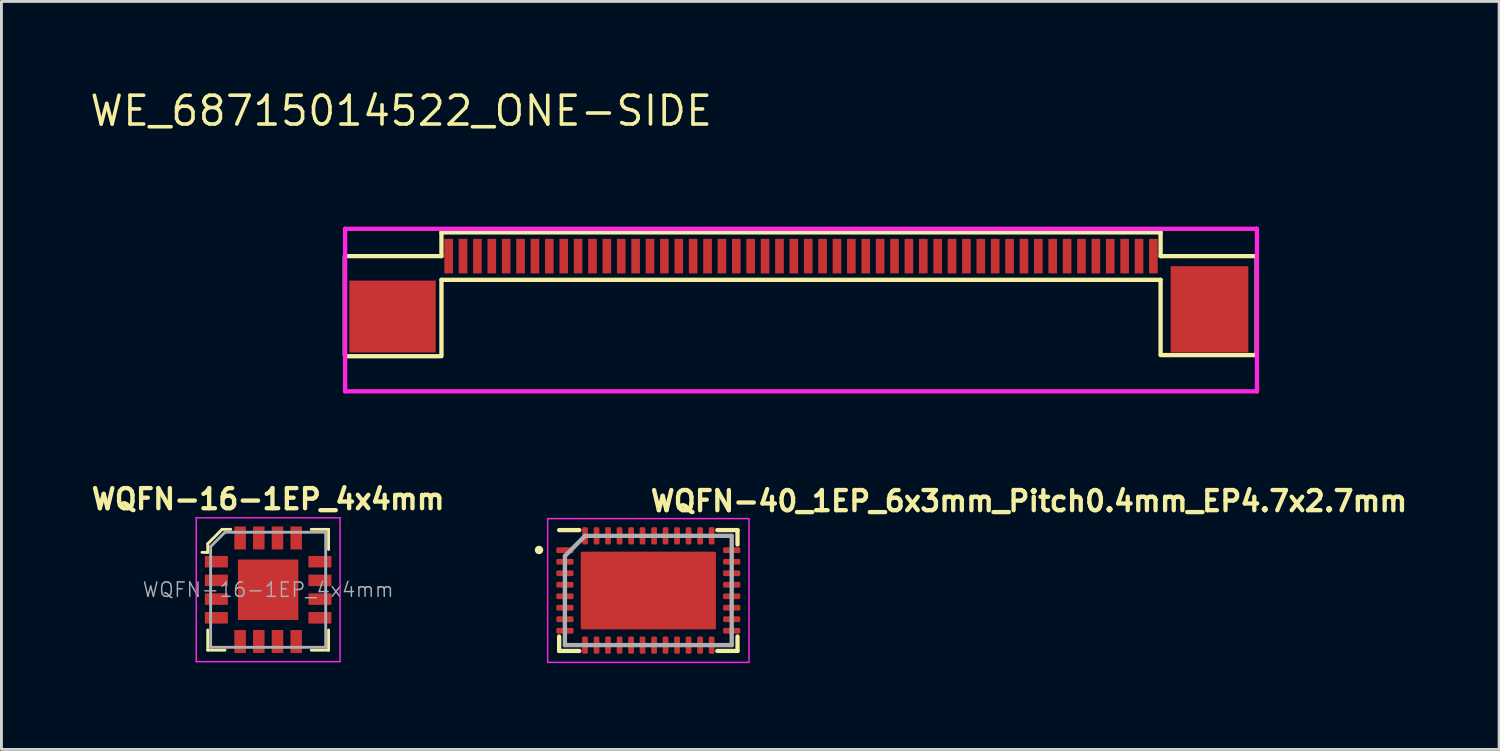
<source format=kicad_pcb>
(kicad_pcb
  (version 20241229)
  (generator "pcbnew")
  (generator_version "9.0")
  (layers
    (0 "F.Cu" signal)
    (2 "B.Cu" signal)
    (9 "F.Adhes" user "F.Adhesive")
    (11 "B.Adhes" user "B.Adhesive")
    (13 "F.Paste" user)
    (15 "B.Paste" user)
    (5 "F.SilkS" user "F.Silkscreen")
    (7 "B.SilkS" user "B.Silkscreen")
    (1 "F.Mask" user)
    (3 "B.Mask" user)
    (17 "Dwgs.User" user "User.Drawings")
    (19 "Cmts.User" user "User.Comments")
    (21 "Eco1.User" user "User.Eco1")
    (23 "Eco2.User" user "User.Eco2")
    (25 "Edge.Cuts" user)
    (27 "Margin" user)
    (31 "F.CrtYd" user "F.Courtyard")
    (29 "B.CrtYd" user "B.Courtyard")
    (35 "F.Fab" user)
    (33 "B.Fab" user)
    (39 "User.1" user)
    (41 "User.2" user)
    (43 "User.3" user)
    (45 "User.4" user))
  (footprint "WQFN-40_1EP_6x3mm_Pitch0.4mm_EP4.7x2.7mm"
    (layer "F.Cu")
    (at 19.489 17.479)
    (property "Reference" "WQFN-40_1EP_6x3mm_Pitch0.4mm_EP4.7x2.7mm" (at 0 -2.7 0) (unlocked yes) (layer "F.SilkS") (effects (font (size 0.7 0.7) (thickness 0.15)) (justify left bottom)))
    (attr smd)
    (fp_line (start -3.101 2.1) (end -3.101 1.6) (stroke (width 0.15) (type solid)) (layer "F.SilkS"))
    (fp_line (start -2.4 -2.101) (end -3.101 -2.101) (stroke (width 0.15) (type solid)) (layer "F.SilkS"))
    (fp_line (start -2.4 2.1) (end -3.101 2.1) (stroke (width 0.15) (type solid)) (layer "F.SilkS"))
    (fp_line (start 3.1 -2.101) (end 2.398 -2.101) (stroke (width 0.15) (type solid)) (layer "F.SilkS"))
    (fp_line (start 3.1 -2.101) (end 3.1 -1.601) (stroke (width 0.15) (type solid)) (layer "F.SilkS"))
    (fp_line (start 3.1 1.6) (end 3.1 2.1) (stroke (width 0.15) (type solid)) (layer "F.SilkS"))
    (fp_line (start 3.1 2.1) (end 2.398 2.1) (stroke (width 0.15) (type solid)) (layer "F.SilkS"))
    (fp_circle (center -3.8 -1.41) (end -3.75 -1.36) (stroke (width 0.15) (type solid)) (fill yes) (layer "F.SilkS"))
    (fp_rect (start -3.5 -2.5) (end 3.499 2.499) (stroke (width 0.05) (type solid)) (fill no) (layer "F.CrtYd"))
    (fp_line (start -2.9 -1.2) (end -2.2 -1.9) (stroke (width 0.15) (type solid)) (layer "F.Fab"))
    (fp_line (start -2.9 1.898) (end -2.9 -1.2) (stroke (width 0.15) (type solid)) (layer "F.Fab"))
    (fp_line (start -2.2 -1.9) (end 2.898 -1.901) (stroke (width 0.15) (type solid)) (layer "F.Fab"))
    (fp_line (start 2.898 -1.901) (end 2.898 1.898) (stroke (width 0.15) (type solid)) (layer "F.Fab"))
    (fp_line (start 2.898 1.898) (end -2.9 1.898) (stroke (width 0.15) (type solid)) (layer "F.Fab"))
    (fp_rect (start -3 -2) (end 2.999 1.999) (stroke (width 0.1) (type solid)) (fill no) (layer "User.5"))
    (fp_line (start -3 -2) (end -3 1.999) (stroke (width 0.02) (type solid)) (layer "User.9"))
    (fp_line (start -3 1.999) (end 2.999 1.999) (stroke (width 0.02) (type solid)) (layer "User.9"))
    (fp_line (start 2.999 -2) (end -3 -2) (stroke (width 0.02) (type solid)) (layer "User.9"))
    (fp_line (start 2.999 1.999) (end 2.999 -2) (stroke (width 0.02) (type solid)) (layer "User.9"))
    (pad "1" smd roundrect (at -2.9 -1.401 90) (size 0.2 0.6) (layers "F.Cu" "F.Mask" "F.Paste") (roundrect_rratio 0.25))
    (pad "2" smd roundrect (at -2.9 -1 90) (size 0.2 0.6) (layers "F.Cu" "F.Mask" "F.Paste") (roundrect_rratio 0.25))
    (pad "3" smd roundrect (at -2.9 -0.6 90) (size 0.2 0.6) (layers "F.Cu" "F.Mask" "F.Paste") (roundrect_rratio 0.25))
    (pad "4" smd roundrect (at -2.9 -0.202 90) (size 0.2 0.6) (layers "F.Cu" "F.Mask" "F.Paste") (roundrect_rratio 0.25))
    (pad "5" smd roundrect (at -2.9 0.2 90) (size 0.2 0.6) (layers "F.Cu" "F.Mask" "F.Paste") (roundrect_rratio 0.25))
    (pad "6" smd roundrect (at -2.9 0.598 90) (size 0.2 0.6) (layers "F.Cu" "F.Mask" "F.Paste") (roundrect_rratio 0.25))
    (pad "7" smd roundrect (at -2.9 0.998 90) (size 0.2 0.6) (layers "F.Cu" "F.Mask" "F.Paste") (roundrect_rratio 0.25))
    (pad "8" smd roundrect (at -2.9 1.398 90) (size 0.2 0.6) (layers "F.Cu" "F.Mask" "F.Paste") (roundrect_rratio 0.25))
    (pad "9" smd roundrect (at -2.202 1.898 180) (size 0.2 0.6) (layers "F.Cu" "F.Mask" "F.Paste") (roundrect_rratio 0.25))
    (pad "10" smd roundrect (at -1.801 1.898 180) (size 0.2 0.6) (layers "F.Cu" "F.Mask" "F.Paste") (roundrect_rratio 0.25))
    (pad "11" smd roundrect (at -1.401 1.898 180) (size 0.2 0.6) (layers "F.Cu" "F.Mask" "F.Paste") (roundrect_rratio 0.25))
    (pad "12" smd roundrect (at -1 1.898 180) (size 0.2 0.6) (layers "F.Cu" "F.Mask" "F.Paste") (roundrect_rratio 0.25))
    (pad "13" smd roundrect (at -0.6 1.898 180) (size 0.2 0.6) (layers "F.Cu" "F.Mask" "F.Paste") (roundrect_rratio 0.25))
    (pad "14" smd roundrect (at -0.202 1.898 180) (size 0.2 0.6) (layers "F.Cu" "F.Mask" "F.Paste") (roundrect_rratio 0.25))
    (pad "15" smd roundrect (at 0.2 1.898 180) (size 0.2 0.6) (layers "F.Cu" "F.Mask" "F.Paste") (roundrect_rratio 0.25))
    (pad "16" smd roundrect (at 0.598 1.898 180) (size 0.2 0.6) (layers "F.Cu" "F.Mask" "F.Paste") (roundrect_rratio 0.25))
    (pad "17" smd roundrect (at 0.998 1.898 180) (size 0.2 0.6) (layers "F.Cu" "F.Mask" "F.Paste") (roundrect_rratio 0.25))
    (pad "18" smd roundrect (at 1.398 1.898 180) (size 0.2 0.6) (layers "F.Cu" "F.Mask" "F.Paste") (roundrect_rratio 0.25))
    (pad "19" smd roundrect (at 1.8 1.898 180) (size 0.2 0.6) (layers "F.Cu" "F.Mask" "F.Paste") (roundrect_rratio 0.25))
    (pad "20" smd roundrect (at 2.2 1.898 180) (size 0.2 0.6) (layers "F.Cu" "F.Mask" "F.Paste") (roundrect_rratio 0.25))
    (pad "21" smd roundrect (at 2.898 1.398 270) (size 0.2 0.6) (layers "F.Cu" "F.Mask" "F.Paste") (roundrect_rratio 0.25))
    (pad "22" smd roundrect (at 2.898 0.998 270) (size 0.2 0.6) (layers "F.Cu" "F.Mask" "F.Paste") (roundrect_rratio 0.25))
    (pad "23" smd roundrect (at 2.898 0.598 270) (size 0.2 0.6) (layers "F.Cu" "F.Mask" "F.Paste") (roundrect_rratio 0.25))
    (pad "24" smd roundrect (at 2.898 0.2 270) (size 0.2 0.6) (layers "F.Cu" "F.Mask" "F.Paste") (roundrect_rratio 0.25))
    (pad "25" smd roundrect (at 2.898 -0.202 270) (size 0.2 0.6) (layers "F.Cu" "F.Mask" "F.Paste") (roundrect_rratio 0.25))
    (pad "26" smd roundrect (at 2.898 -0.6 270) (size 0.2 0.6) (layers "F.Cu" "F.Mask" "F.Paste") (roundrect_rratio 0.25))
    (pad "27" smd roundrect (at 2.898 -1 270) (size 0.2 0.6) (layers "F.Cu" "F.Mask" "F.Paste") (roundrect_rratio 0.25))
    (pad "28" smd roundrect (at 2.898 -1.401 270) (size 0.2 0.6) (layers "F.Cu" "F.Mask" "F.Paste") (roundrect_rratio 0.25))
    (pad "29" smd roundrect (at 2.2 -1.901) (size 0.2 0.6) (layers "F.Cu" "F.Mask" "F.Paste") (roundrect_rratio 0.25))
    (pad "30" smd roundrect (at 1.8 -1.901) (size 0.2 0.6) (layers "F.Cu" "F.Mask" "F.Paste") (roundrect_rratio 0.25))
    (pad "31" smd roundrect (at 1.398 -1.901) (size 0.2 0.6) (layers "F.Cu" "F.Mask" "F.Paste") (roundrect_rratio 0.25))
    (pad "32" smd roundrect (at 0.998 -1.901) (size 0.2 0.6) (layers "F.Cu" "F.Mask" "F.Paste") (roundrect_rratio 0.25))
    (pad "33" smd roundrect (at 0.598 -1.901) (size 0.2 0.6) (layers "F.Cu" "F.Mask" "F.Paste") (roundrect_rratio 0.25))
    (pad "34" smd roundrect (at 0.2 -1.901) (size 0.2 0.6) (layers "F.Cu" "F.Mask" "F.Paste") (roundrect_rratio 0.25))
    (pad "35" smd roundrect (at -0.202 -1.901) (size 0.2 0.6) (layers "F.Cu" "F.Mask" "F.Paste") (roundrect_rratio 0.25))
    (pad "36" smd roundrect (at -0.6 -1.901) (size 0.2 0.6) (layers "F.Cu" "F.Mask" "F.Paste") (roundrect_rratio 0.25))
    (pad "37" smd roundrect (at -1 -1.901) (size 0.2 0.6) (layers "F.Cu" "F.Mask" "F.Paste") (roundrect_rratio 0.25))
    (pad "38" smd roundrect (at -1.401 -1.901) (size 0.2 0.6) (layers "F.Cu" "F.Mask" "F.Paste") (roundrect_rratio 0.25))
    (pad "39" smd roundrect (at -1.801 -1.901) (size 0.2 0.6) (layers "F.Cu" "F.Mask" "F.Paste") (roundrect_rratio 0.25))
    (pad "40" smd roundrect (at -2.202 -1.901) (size 0.2 0.6) (layers "F.Cu" "F.Mask" "F.Paste") (roundrect_rratio 0.25))
    (pad "41" smd roundrect (at -1.5 -0.652 180) (size 1 0.8) (layers "F.Cu" "F.Mask" "F.Paste") (roundrect_rratio 0.05))
    (pad "41" smd roundrect (at -1.5 0.748 180) (size 1 0.8) (layers "F.Cu" "F.Mask" "F.Paste") (roundrect_rratio 0.05))
    (pad "41" smd roundrect (at 0 0 180) (size 4.7 2.7) (layers "F.Cu" "F.Mask") (roundrect_rratio 0.019))
    (pad "41" smd roundrect (at 0.05 -0.652 180) (size 1 0.8) (layers "F.Cu" "F.Mask" "F.Paste") (roundrect_rratio 0.05))
    (pad "41" smd roundrect (at 0.05 0.748 180) (size 1 0.8) (layers "F.Cu" "F.Mask" "F.Paste") (roundrect_rratio 0.05))
    (pad "41" smd roundrect (at 1.499 -0.652 180) (size 1 0.8) (layers "F.Cu" "F.Mask" "F.Paste") (roundrect_rratio 0.05))
    (pad "41" smd roundrect (at 1.499 0.748 180) (size 1 0.8) (layers "F.Cu" "F.Mask" "F.Paste") (roundrect_rratio 0.05)))
  (footprint "WQFN-16-1EP_4x4mm"
    (layer "F.Cu")
    (at 6.272 17.452)
    (property "Reference" "WQFN-16-1EP_4x4mm" (at 0 -3.15 0) (layer "F.SilkS") (effects (font (size 0.7 0.7) (thickness 0.15))))
    (attr smd)
    (fp_line (start -2.1 -1.6) (end -2.1 -1.3) (stroke (width 0.1) (type solid)) (layer "F.SilkS"))
    (fp_line (start -2.1 -1.3) (end -2.3 -1.3) (stroke (width 0.1) (type solid)) (layer "F.SilkS"))
    (fp_line (start -2.1 1.4) (end -2.1 2.1) (stroke (width 0.1) (type solid)) (layer "F.SilkS"))
    (fp_line (start -2.1 2.1) (end -1.5 2.1) (stroke (width 0.1) (type solid)) (layer "F.SilkS"))
    (fp_line (start -1.6 -2.1) (end -2.1 -1.6) (stroke (width 0.1) (type solid)) (layer "F.SilkS"))
    (fp_line (start -1.3 -2.1) (end -1.6 -2.1) (stroke (width 0.1) (type solid)) (layer "F.SilkS"))
    (fp_line (start 1.5 -2.1) (end 2.1 -2.1) (stroke (width 0.1) (type solid)) (layer "F.SilkS"))
    (fp_line (start 1.5 2.1) (end 2.1 2.1) (stroke (width 0.1) (type solid)) (layer "F.SilkS"))
    (fp_line (start 2.1 -2.1) (end 2.1 -1.4) (stroke (width 0.1) (type solid)) (layer "F.SilkS"))
    (fp_line (start 2.1 2.1) (end 2.1 1.4) (stroke (width 0.1) (type solid)) (layer "F.SilkS"))
    (fp_line (start -2.5 -2.5) (end 2.5 -2.5) (stroke (width 0.05) (type solid)) (layer "F.CrtYd"))
    (fp_line (start -2.5 2.5) (end -2.5 -2.5) (stroke (width 0.05) (type solid)) (layer "F.CrtYd"))
    (fp_line (start 2.5 -2.5) (end 2.5 2.5) (stroke (width 0.05) (type solid)) (layer "F.CrtYd"))
    (fp_line (start 2.5 2.5) (end -2.5 2.5) (stroke (width 0.05) (type solid)) (layer "F.CrtYd"))
    (fp_line (start -2 -1.5) (end -2 2) (stroke (width 0.1) (type solid)) (layer "F.Fab"))
    (fp_line (start -2 2) (end 2 2) (stroke (width 0.1) (type solid)) (layer "F.Fab"))
    (fp_line (start -1.5 -2) (end -2 -1.5) (stroke (width 0.1) (type solid)) (layer "F.Fab"))
    (fp_line (start 2 -2) (end -1.5 -2) (stroke (width 0.1) (type solid)) (layer "F.Fab"))
    (fp_line (start 2 -2) (end 2 2) (stroke (width 0.1) (type solid)) (layer "F.Fab"))
    (fp_text user "${REFERENCE}" (at 0 0 0) (layer "F.Fab") (effects (font (size 0.5 0.5) (thickness 0.05))))
    (pad "1" smd rect (at -1.8 -0.975) (size 0.8 0.4) (layers "F.Cu" "F.Mask" "F.Paste"))
    (pad "2" smd rect (at -1.8 -0.325) (size 0.8 0.4) (layers "F.Cu" "F.Mask" "F.Paste"))
    (pad "3" smd rect (at -1.8 0.325) (size 0.8 0.4) (layers "F.Cu" "F.Mask" "F.Paste"))
    (pad "4" smd rect (at -1.8 0.975) (size 0.8 0.4) (layers "F.Cu" "F.Mask" "F.Paste"))
    (pad "5" smd rect (at -0.975 1.8) (size 0.4 0.8) (layers "F.Cu" "F.Mask" "F.Paste"))
    (pad "6" smd rect (at -0.325 1.8) (size 0.4 0.8) (layers "F.Cu" "F.Mask" "F.Paste"))
    (pad "7" smd rect (at 0.325 1.8) (size 0.4 0.8) (layers "F.Cu" "F.Mask" "F.Paste"))
    (pad "8" smd rect (at 0.975 1.8) (size 0.4 0.8) (layers "F.Cu" "F.Mask" "F.Paste"))
    (pad "9" smd rect (at 1.8 0.975) (size 0.8 0.4) (layers "F.Cu" "F.Mask" "F.Paste"))
    (pad "10" smd rect (at 1.8 0.325) (size 0.8 0.4) (layers "F.Cu" "F.Mask" "F.Paste"))
    (pad "11" smd rect (at 1.8 -0.325) (size 0.8 0.4) (layers "F.Cu" "F.Mask" "F.Paste"))
    (pad "12" smd rect (at 1.8 -0.975) (size 0.8 0.4) (layers "F.Cu" "F.Mask" "F.Paste"))
    (pad "13" smd rect (at 0.975 -1.8) (size 0.4 0.8) (layers "F.Cu" "F.Mask" "F.Paste"))
    (pad "14" smd rect (at 0.325 -1.8) (size 0.4 0.8) (layers "F.Cu" "F.Mask" "F.Paste"))
    (pad "15" smd rect (at -0.325 -1.8) (size 0.4 0.8) (layers "F.Cu" "F.Mask" "F.Paste"))
    (pad "16" smd rect (at -0.975 -1.8) (size 0.4 0.8) (layers "F.Cu" "F.Mask" "F.Paste"))
    (pad "17" smd rect (at 0 0) (size 2.1 2.1) (layers "F.Cu" "F.Mask" "F.Paste")))
  (footprint "WE_68715014522_ONE-SIDE"
    (layer "F.Cu")
    (at 24.797 5.254)
    (property "Reference" "WE_68715014522_ONE-SIDE" (at -13.9 -4.45 0) (layer "F.SilkS") (effects (font (size 1 1) (thickness 0.125))))
    (attr smd)
    (fp_line (start -15.86 4.05) (end -15.86 0.6) (stroke (width 0.15) (type solid)) (layer "F.SilkS"))
    (fp_line (start -15.83 0.6) (end -12.5 0.6) (stroke (width 0.15) (type solid)) (layer "F.SilkS"))
    (fp_line (start -12.56 4.08) (end -15.84 4.08) (stroke (width 0.15) (type solid)) (layer "F.SilkS"))
    (fp_line (start -12.5 -0.225) (end 12.5 -0.225) (stroke (width 0.15) (type solid)) (layer "F.SilkS"))
    (fp_line (start -12.5 0.6) (end -12.5 -0.225) (stroke (width 0.15) (type solid)) (layer "F.SilkS"))
    (fp_line (start -12.5 1.425) (end -12.5 4.08) (stroke (width 0.15) (type solid)) (layer "F.SilkS"))
    (fp_line (start -12.5 1.425) (end 12.5 1.425) (stroke (width 0.15) (type solid)) (layer "F.SilkS"))
    (fp_line (start 12.5 0.6) (end 12.5 -0.225) (stroke (width 0.15) (type solid)) (layer "F.SilkS"))
    (fp_line (start 12.5 1.425) (end 12.5 4.01) (stroke (width 0.15) (type solid)) (layer "F.SilkS"))
    (fp_line (start 12.5 4.04) (end 15.84 4.04) (stroke (width 0.15) (type solid)) (layer "F.SilkS"))
    (fp_line (start 15.81 0.6) (end 12.5 0.6) (stroke (width 0.15) (type solid)) (layer "F.SilkS"))
    (fp_line (start 15.84 4.04) (end 15.84 0.6) (stroke (width 0.15) (type solid)) (layer "F.SilkS"))
    (fp_line (start -15.85 -0.35) (end -15.85 5.3) (stroke (width 0.15) (type solid)) (layer "F.CrtYd"))
    (fp_line (start -15.85 5.3) (end 15.85 5.3) (stroke (width 0.15) (type solid)) (layer "F.CrtYd"))
    (fp_line (start 15.85 -0.35) (end -15.85 -0.35) (stroke (width 0.15) (type solid)) (layer "F.CrtYd"))
    (fp_line (start 15.85 5.3) (end 15.85 -0.35) (stroke (width 0.15) (type solid)) (layer "F.CrtYd"))
    (pad "1" smd rect (at -12.25 0.6) (size 0.3 1.2) (layers "F.Cu" "F.Mask" "F.Paste"))
    (pad "2" smd rect (at -11.75 0.6) (size 0.3 1.2) (layers "F.Cu" "F.Mask" "F.Paste"))
    (pad "3" smd rect (at -11.25 0.6) (size 0.3 1.2) (layers "F.Cu" "F.Mask" "F.Paste"))
    (pad "4" smd rect (at -10.75 0.6) (size 0.3 1.2) (layers "F.Cu" "F.Mask" "F.Paste"))
    (pad "5" smd rect (at -10.25 0.6) (size 0.3 1.2) (layers "F.Cu" "F.Mask" "F.Paste"))
    (pad "6" smd rect (at -9.75 0.6) (size 0.3 1.2) (layers "F.Cu" "F.Mask" "F.Paste"))
    (pad "7" smd rect (at -9.25 0.6) (size 0.3 1.2) (layers "F.Cu" "F.Mask" "F.Paste"))
    (pad "8" smd rect (at -8.75 0.6) (size 0.3 1.2) (layers "F.Cu" "F.Mask" "F.Paste"))
    (pad "9" smd rect (at -8.25 0.6) (size 0.3 1.2) (layers "F.Cu" "F.Mask" "F.Paste"))
    (pad "10" smd rect (at -7.75 0.6) (size 0.3 1.2) (layers "F.Cu" "F.Mask" "F.Paste"))
    (pad "11" smd rect (at -7.25 0.6) (size 0.3 1.2) (layers "F.Cu" "F.Mask" "F.Paste"))
    (pad "12" smd rect (at -6.75 0.6) (size 0.3 1.2) (layers "F.Cu" "F.Mask" "F.Paste"))
    (pad "13" smd rect (at -6.25 0.6) (size 0.3 1.2) (layers "F.Cu" "F.Mask" "F.Paste"))
    (pad "14" smd rect (at -5.75 0.6) (size 0.3 1.2) (layers "F.Cu" "F.Mask" "F.Paste"))
    (pad "15" smd rect (at -5.25 0.6) (size 0.3 1.2) (layers "F.Cu" "F.Mask" "F.Paste"))
    (pad "16" smd rect (at -4.75 0.6) (size 0.3 1.2) (layers "F.Cu" "F.Mask" "F.Paste"))
    (pad "17" smd rect (at -4.25 0.6) (size 0.3 1.2) (layers "F.Cu" "F.Mask" "F.Paste"))
    (pad "18" smd rect (at -3.75 0.6) (size 0.3 1.2) (layers "F.Cu" "F.Mask" "F.Paste"))
    (pad "19" smd rect (at -3.25 0.6) (size 0.3 1.2) (layers "F.Cu" "F.Mask" "F.Paste"))
    (pad "20" smd rect (at -2.75 0.6) (size 0.3 1.2) (layers "F.Cu" "F.Mask" "F.Paste"))
    (pad "21" smd rect (at -2.25 0.6) (size 0.3 1.2) (layers "F.Cu" "F.Mask" "F.Paste"))
    (pad "22" smd rect (at -1.75 0.6) (size 0.3 1.2) (layers "F.Cu" "F.Mask" "F.Paste"))
    (pad "23" smd rect (at -1.25 0.6) (size 0.3 1.2) (layers "F.Cu" "F.Mask" "F.Paste"))
    (pad "24" smd rect (at -0.75 0.6) (size 0.3 1.2) (layers "F.Cu" "F.Mask" "F.Paste"))
    (pad "25" smd rect (at -0.25 0.6) (size 0.3 1.2) (layers "F.Cu" "F.Mask" "F.Paste"))
    (pad "26" smd rect (at 0.25 0.6) (size 0.3 1.2) (layers "F.Cu" "F.Mask" "F.Paste"))
    (pad "27" smd rect (at 0.75 0.6) (size 0.3 1.2) (layers "F.Cu" "F.Mask" "F.Paste"))
    (pad "28" smd rect (at 1.25 0.6) (size 0.3 1.2) (layers "F.Cu" "F.Mask" "F.Paste"))
    (pad "29" smd rect (at 1.75 0.6) (size 0.3 1.2) (layers "F.Cu" "F.Mask" "F.Paste"))
    (pad "30" smd rect (at 2.25 0.6) (size 0.3 1.2) (layers "F.Cu" "F.Mask" "F.Paste"))
    (pad "31" smd rect (at 2.75 0.6) (size 0.3 1.2) (layers "F.Cu" "F.Mask" "F.Paste"))
    (pad "32" smd rect (at 3.25 0.6) (size 0.3 1.2) (layers "F.Cu" "F.Mask" "F.Paste"))
    (pad "33" smd rect (at 3.75 0.6) (size 0.3 1.2) (layers "F.Cu" "F.Mask" "F.Paste"))
    (pad "34" smd rect (at 4.25 0.6) (size 0.3 1.2) (layers "F.Cu" "F.Mask" "F.Paste"))
    (pad "35" smd rect (at 4.75 0.6) (size 0.3 1.2) (layers "F.Cu" "F.Mask" "F.Paste"))
    (pad "36" smd rect (at 5.25 0.6) (size 0.3 1.2) (layers "F.Cu" "F.Mask" "F.Paste"))
    (pad "37" smd rect (at 5.75 0.6) (size 0.3 1.2) (layers "F.Cu" "F.Mask" "F.Paste"))
    (pad "38" smd rect (at 6.25 0.6) (size 0.3 1.2) (layers "F.Cu" "F.Mask" "F.Paste"))
    (pad "39" smd rect (at 6.75 0.6) (size 0.3 1.2) (layers "F.Cu" "F.Mask" "F.Paste"))
    (pad "40" smd rect (at 7.25 0.6) (size 0.3 1.2) (layers "F.Cu" "F.Mask" "F.Paste"))
    (pad "41" smd rect (at 7.75 0.6) (size 0.3 1.2) (layers "F.Cu" "F.Mask" "F.Paste"))
    (pad "42" smd rect (at 8.25 0.6) (size 0.3 1.2) (layers "F.Cu" "F.Mask" "F.Paste"))
    (pad "43" smd rect (at 8.75 0.6) (size 0.3 1.2) (layers "F.Cu" "F.Mask" "F.Paste"))
    (pad "44" smd rect (at 9.25 0.6) (size 0.3 1.2) (layers "F.Cu" "F.Mask" "F.Paste"))
    (pad "45" smd rect (at 9.75 0.6) (size 0.3 1.2) (layers "F.Cu" "F.Mask" "F.Paste"))
    (pad "46" smd rect (at 10.25 0.6) (size 0.3 1.2) (layers "F.Cu" "F.Mask" "F.Paste"))
    (pad "47" smd rect (at 10.75 0.6) (size 0.3 1.2) (layers "F.Cu" "F.Mask" "F.Paste"))
    (pad "48" smd rect (at 11.25 0.6) (size 0.3 1.2) (layers "F.Cu" "F.Mask" "F.Paste"))
    (pad "49" smd rect (at 11.75 0.6) (size 0.3 1.2) (layers "F.Cu" "F.Mask" "F.Paste"))
    (pad "50" smd rect (at 12.25 0.6) (size 0.3 1.2) (layers "F.Cu" "F.Mask" "F.Paste"))
    (pad "SH" smd rect (at -14.2 2.7) (size 3 2.5) (layers "F.Cu" "F.Mask" "F.Paste"))
    (pad "SH" smd rect (at 14.2 2.45) (size 2.7 3) (layers "F.Cu" "F.Mask" "F.Paste")))
  (gr_rect
    (start -3 -3)
    (end 49.066 23.003)
    (stroke (width 0.1) (type default))
    (fill no)
    (layer "Edge.Cuts")))
</source>
